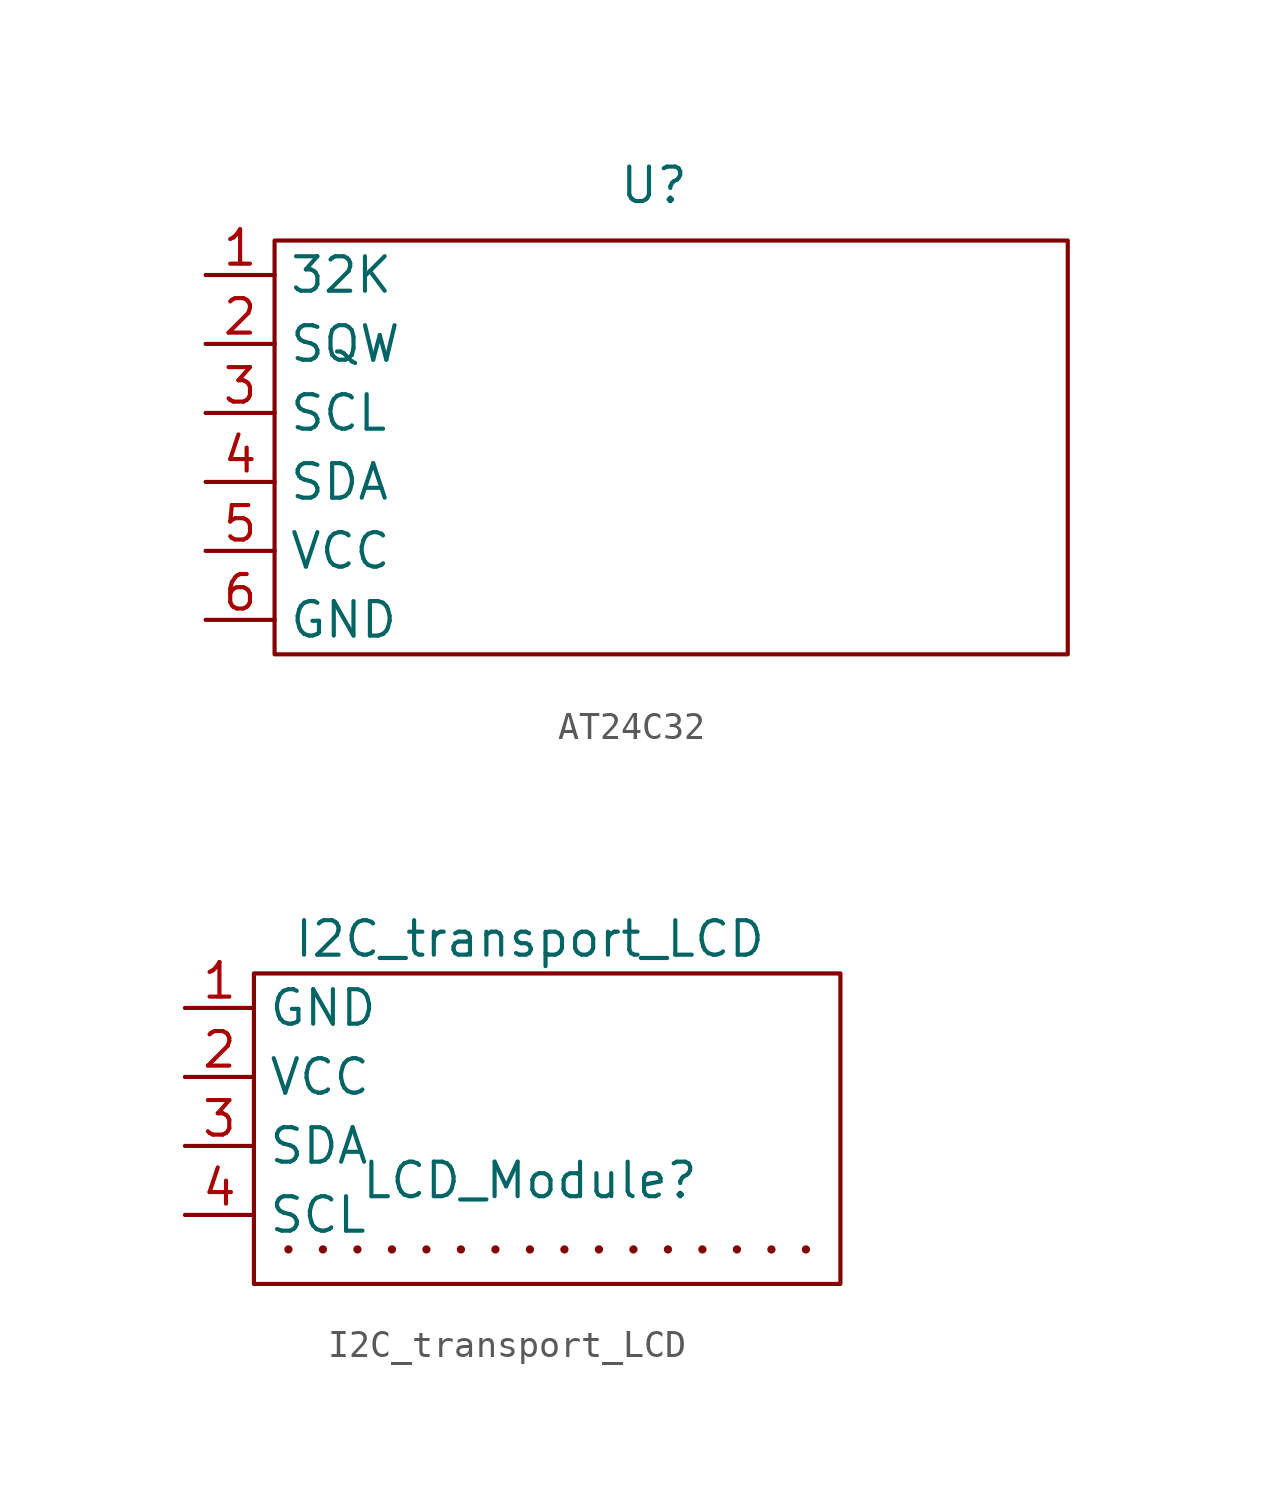
<source format=kicad_sym>
(kicad_symbol_lib
  (version 20241209)
  (generator "kicad_symbol_editor")
  (generator_version "9.0")
  (symbol "AT24C32"
    (property "Reference" "U"
      (at 0 9.652 0)
      (effects (font (size 1.27 1.27))))
    (property "Value" ""
      (at 0 0 0)
      (effects (font (size 1.27 1.27))))
    (symbol "AT24C32_0_1"
      (rectangle (start -13.97 7.62) (end 15.24 -7.62) (stroke (width 0) (type default)) (fill (type none))))
    (symbol "AT24C32_1_1"
      (pin output line (at -16.51 6.35 0) (length 2.54) (name "32K" (effects (font (size 1.27 1.27)))) (number "1" (effects (font (size 1.27 1.27)))))
      (pin output line (at -16.51 3.81 0) (length 2.54) (name "SQW" (effects (font (size 1.27 1.27)))) (number "2" (effects (font (size 1.27 1.27)))))
      (pin input line (at -16.51 1.27 0) (length 2.54) (name "SCL" (effects (font (size 1.27 1.27)))) (number "3" (effects (font (size 1.27 1.27)))))
      (pin bidirectional line (at -16.51 -1.27 0) (length 2.54) (name "SDA" (effects (font (size 1.27 1.27)))) (number "4" (effects (font (size 1.27 1.27)))))
      (pin input line (at -16.51 -3.81 0) (length 2.54) (name "VCC" (effects (font (size 1.27 1.27)))) (number "5" (effects (font (size 1.27 1.27)))))
      (pin input line (at -16.51 -6.35 0) (length 2.54) (name "GND" (effects (font (size 1.27 1.27)))) (number "6" (effects (font (size 1.27 1.27)))))))
  (symbol "I2C_transport_LCD"
    (property "Reference" "LCD_Module"
      (at 0 0 0)
      (effects (font (size 1.27 1.27))))
    (property "Value" "I2C_transport_LCD"
      (at 0 8.89 0)
      (effects (font (size 1.27 1.27))))
    (symbol "I2C_transport_LCD_0_1"
      (rectangle (start -10.16 7.62) (end 11.43 -3.81) (stroke (width 0) (type default)) (fill (type none)))
      (circle (center -8.89 -2.54) (radius 0.0001) (stroke (width 0) (type default)) (fill (type none)))
      (circle (center -7.62 -2.54) (radius 0.0001) (stroke (width 0) (type default)) (fill (type none)))
      (circle (center -6.35 -2.54) (radius 0.0001) (stroke (width 0) (type default)) (fill (type none)))
      (circle (center -5.08 -2.54) (radius 0.0001) (stroke (width 0) (type default)) (fill (type none)))
      (circle (center -3.81 -2.54) (radius 0.0001) (stroke (width 0) (type default)) (fill (type none)))
      (circle (center -2.54 -2.54) (radius 0.0001) (stroke (width 0) (type default)) (fill (type none)))
      (circle (center -1.27 -2.54) (radius 0.0001) (stroke (width 0) (type default)) (fill (type none)))
      (circle (center 0 -2.54) (radius 0.0001) (stroke (width 0) (type default)) (fill (type none)))
      (circle (center 1.27 -2.54) (radius 0.0001) (stroke (width 0) (type default)) (fill (type none)))
      (circle (center 2.54 -2.54) (radius 0.0001) (stroke (width 0) (type default)) (fill (type none)))
      (circle (center 3.81 -2.54) (radius 0.0001) (stroke (width 0) (type default)) (fill (type none)))
      (circle (center 5.08 -2.54) (radius 0.0001) (stroke (width 0) (type default)) (fill (type none)))
      (circle (center 6.35 -2.54) (radius 0.0001) (stroke (width 0) (type default)) (fill (type none)))
      (circle (center 7.62 -2.54) (radius 0.0001) (stroke (width 0) (type default)) (fill (type none)))
      (circle (center 8.89 -2.54) (radius 0.0001) (stroke (width 0) (type default)) (fill (type none)))
      (circle (center 10.16 -2.54) (radius 0.0001) (stroke (width 0) (type default)) (fill (type none))))
    (symbol "I2C_transport_LCD_1_1"
      (pin power_in line (at -12.7 6.35 0) (length 2.54) (name "GND" (effects (font (size 1.27 1.27)))) (number "1" (effects (font (size 1.27 1.27)))))
      (pin power_in line (at -12.7 3.81 0) (length 2.54) (name "VCC" (effects (font (size 1.27 1.27)))) (number "2" (effects (font (size 1.27 1.27)))))
      (pin input line (at -12.7 1.27 0) (length 2.54) (name "SDA" (effects (font (size 1.27 1.27)))) (number "3" (effects (font (size 1.27 1.27)))))
      (pin input line (at -12.7 -1.27 0) (length 2.54) (name "SCL" (effects (font (size 1.27 1.27)))) (number "4" (effects (font (size 1.27 1.27))))))))
</source>
